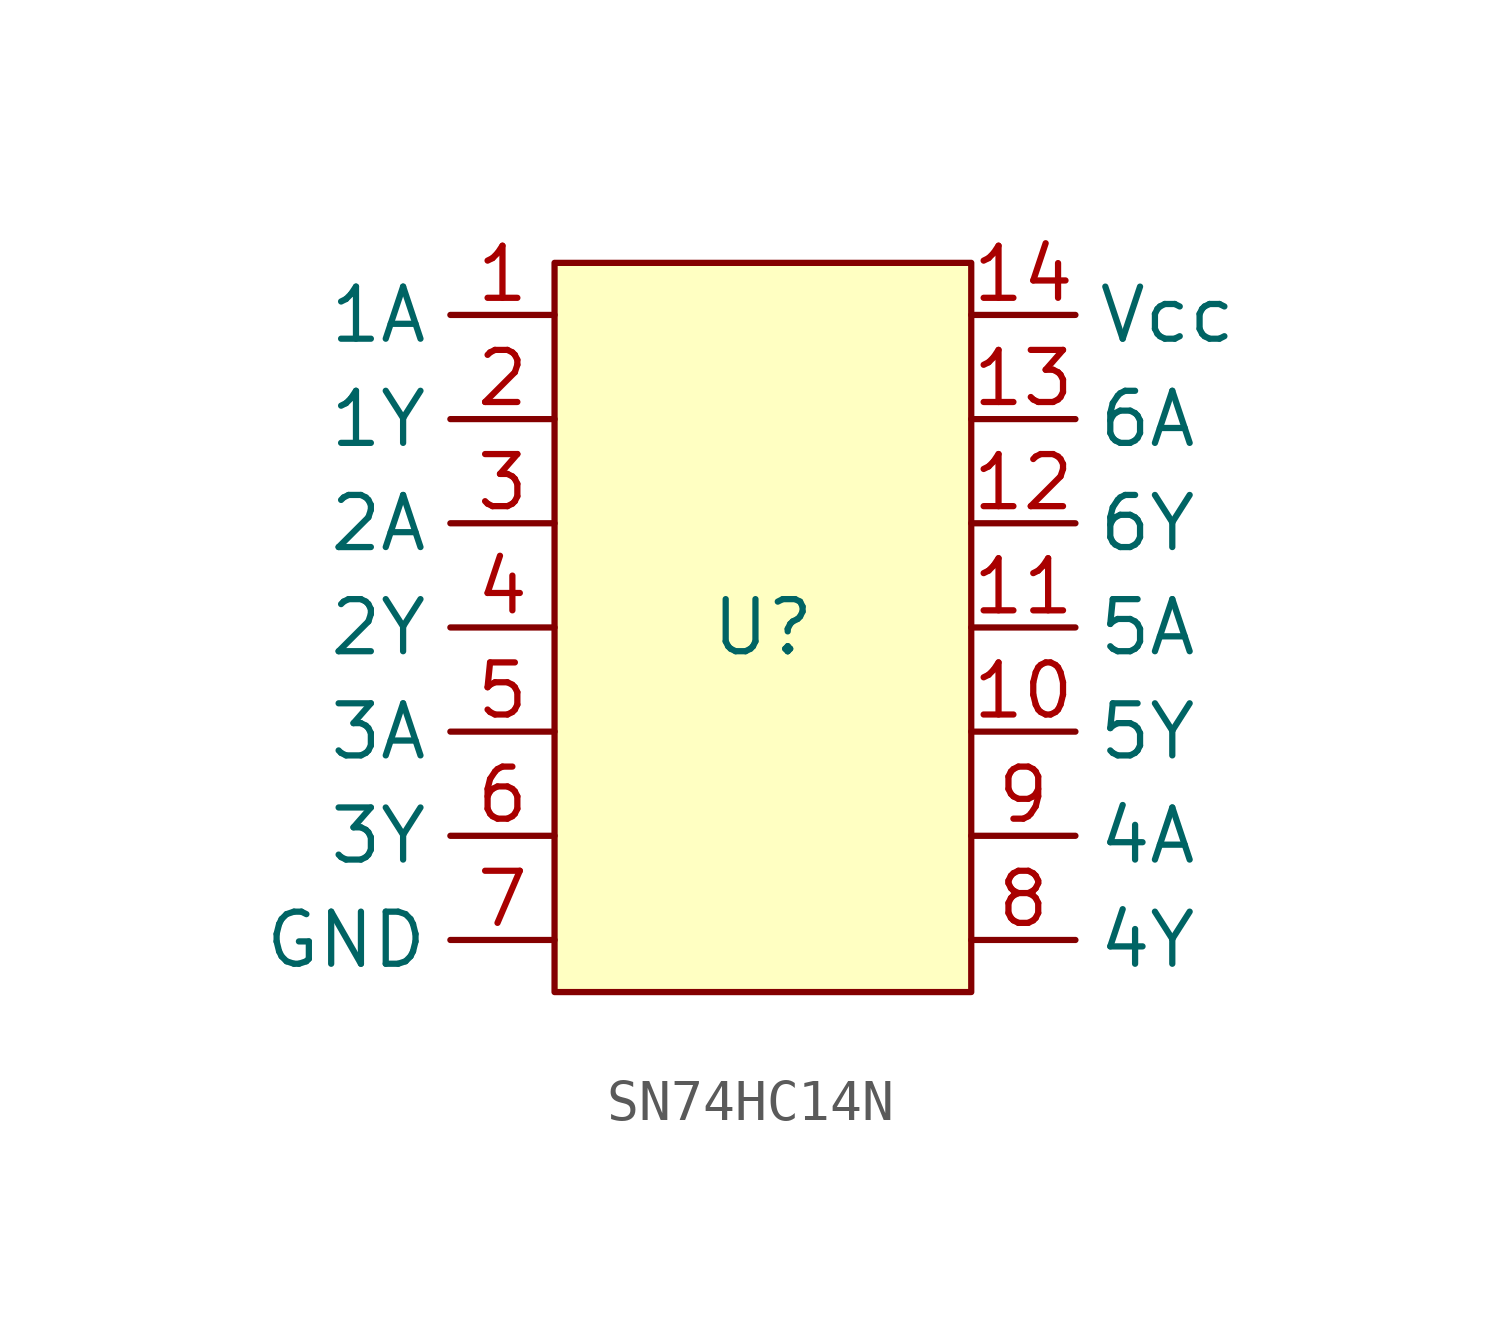
<source format=kicad_sym>
(kicad_symbol_lib
  (version 20231120)
  (generator "kicad_symbol_editor")
  (generator_version "8.0")
  (symbol "SN74HC14N"
    (property "Reference" "U"
      (at 0 0 0)
      (effects (font (size 1.27 1.27))))
    (property "Value" ""
      (at 0 0 0)
      (effects (font (size 1.27 1.27))))
    (symbol "SN74HC14N_1_1"
      (polyline (pts (xy 0 8.89) (xy -5.08 8.89) (xy -5.08 -8.89) (xy 5.08 -8.89) (xy 5.08 8.89) (xy 0 8.89)) (stroke (width 0) (type default)) (fill (type background)))
      (pin input line (at -5.08 7.62 180) (length 2.54) (name "1A" (effects (font (size 1.27 1.27)))) (number "1" (effects (font (size 1.27 1.27)))))
      (pin output line (at 5.08 -2.54 0) (length 2.54) (name "5Y" (effects (font (size 1.27 1.27)))) (number "10" (effects (font (size 1.27 1.27)))))
      (pin input line (at 5.08 0 0) (length 2.54) (name "5A" (effects (font (size 1.27 1.27)))) (number "11" (effects (font (size 1.27 1.27)))))
      (pin output line (at 5.08 2.54 0) (length 2.54) (name "6Y" (effects (font (size 1.27 1.27)))) (number "12" (effects (font (size 1.27 1.27)))))
      (pin input line (at 5.08 5.08 0) (length 2.54) (name "6A" (effects (font (size 1.27 1.27)))) (number "13" (effects (font (size 1.27 1.27)))))
      (pin input line (at 5.08 7.62 0) (length 2.54) (name "Vcc" (effects (font (size 1.27 1.27)))) (number "14" (effects (font (size 1.27 1.27)))))
      (pin output line (at -5.08 5.08 180) (length 2.54) (name "1Y" (effects (font (size 1.27 1.27)))) (number "2" (effects (font (size 1.27 1.27)))))
      (pin input line (at -5.08 2.54 180) (length 2.54) (name "2A" (effects (font (size 1.27 1.27)))) (number "3" (effects (font (size 1.27 1.27)))))
      (pin output line (at -5.08 0 180) (length 2.54) (name "2Y" (effects (font (size 1.27 1.27)))) (number "4" (effects (font (size 1.27 1.27)))))
      (pin input line (at -5.08 -2.54 180) (length 2.54) (name "3A" (effects (font (size 1.27 1.27)))) (number "5" (effects (font (size 1.27 1.27)))))
      (pin output line (at -5.08 -5.08 180) (length 2.54) (name "3Y" (effects (font (size 1.27 1.27)))) (number "6" (effects (font (size 1.27 1.27)))))
      (pin output line (at -5.08 -7.62 180) (length 2.54) (name "GND" (effects (font (size 1.27 1.27)))) (number "7" (effects (font (size 1.27 1.27)))))
      (pin output line (at 5.08 -7.62 0) (length 2.54) (name "4Y" (effects (font (size 1.27 1.27)))) (number "8" (effects (font (size 1.27 1.27)))))
      (pin input line (at 5.08 -5.08 0) (length 2.54) (name "4A" (effects (font (size 1.27 1.27)))) (number "9" (effects (font (size 1.27 1.27))))))))
</source>
